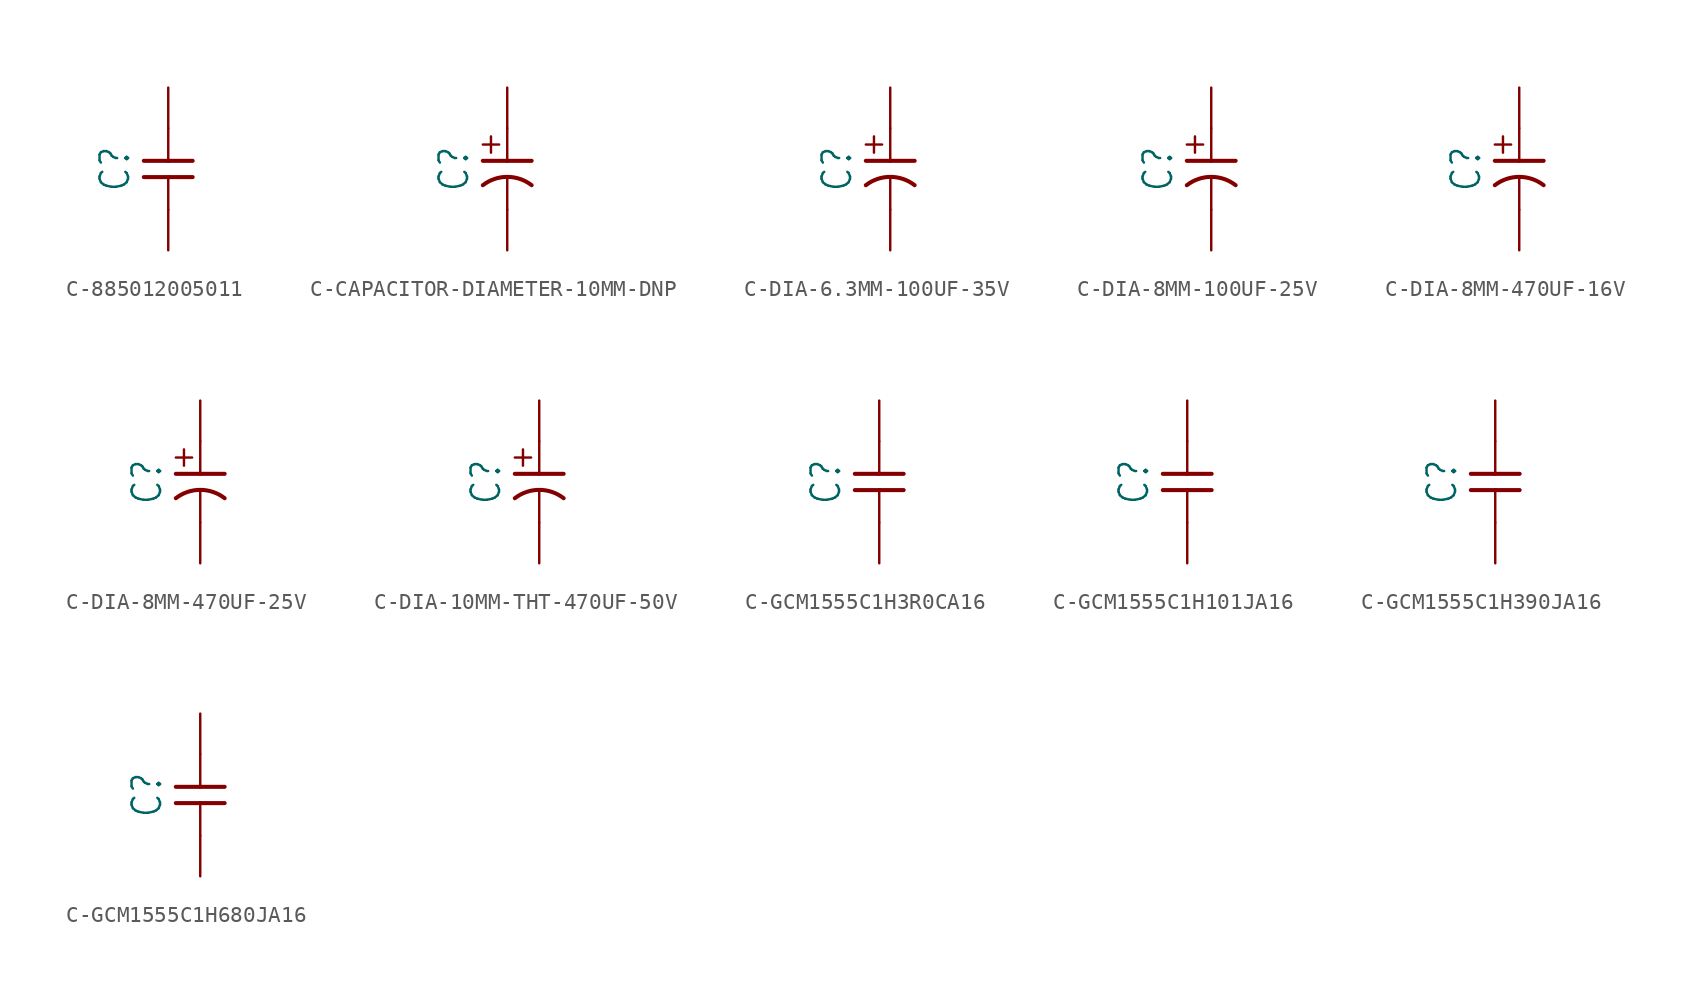
<source format=kicad_sym>
(kicad_symbol_lib
  (version 20231120)
  (generator "kicad_symbol_editor")
  (generator_version "8.0")
  (symbol "C-885012005011"
    (property "Reference" "C"
      (at -2.286 0 90)
      (effects (font (size 1.778 1.511)) (justify bottom)))
    (property "Value" ""
      (at 2.286 0 90)
      (effects (font (size 1.778 1.511)) (justify top)))
    (property "ki_locked" ""
      (at 0 0 0)
      (effects (font (size 1.27 1.27))))
    (symbol "C-885012005011_1_0"
      (polyline (pts (xy -1.524 0.508) (xy 0 0.508)) (stroke (width 0.254) (type solid)) (fill (type none)))
      (polyline (pts (xy 0 -2.54) (xy 0 -0.508)) (stroke (width 0.152) (type solid)) (fill (type none)))
      (polyline (pts (xy 0 -0.508) (xy -1.524 -0.508)) (stroke (width 0.254) (type solid)) (fill (type none)))
      (polyline (pts (xy 0 0.508) (xy 0 2.54)) (stroke (width 0.152) (type solid)) (fill (type none)))
      (polyline (pts (xy 0 0.508) (xy 1.524 0.508)) (stroke (width 0.254) (type solid)) (fill (type none)))
      (polyline (pts (xy 1.524 -0.508) (xy 0 -0.508)) (stroke (width 0.254) (type solid)) (fill (type none)))
      (pin passive line (at 0 5.08 270) (length 2.54) (name "1" (effects (font (size 0 0)))) (number "1" (effects (font (size 0 0)))))
      (pin passive line (at 0 -5.08 90) (length 2.54) (name "2" (effects (font (size 0 0)))) (number "2" (effects (font (size 0 0)))))))
  (symbol "C-CAPACITOR-DIAMETER-10MM-DNP"
    (property "Reference" "C"
      (at -2.286 0 90)
      (effects (font (size 1.778 1.511)) (justify bottom)))
    (property "Value" ""
      (at 2.286 0 90)
      (effects (font (size 1.778 1.511)) (justify top)))
    (property "ki_locked" ""
      (at 0 0 0)
      (effects (font (size 1.27 1.27))))
    (symbol "C-CAPACITOR-DIAMETER-10MM-DNP_1_0"
      (polyline (pts (xy -1.524 0.508) (xy 0 0.508)) (stroke (width 0.254) (type solid)) (fill (type none)))
      (polyline (pts (xy -1.524 1.524) (xy -0.508 1.524)) (stroke (width 0.152) (type solid)) (fill (type none)))
      (polyline (pts (xy -1.016 1.016) (xy -1.016 2.032)) (stroke (width 0.152) (type solid)) (fill (type none)))
      (polyline (pts (xy 0 -2.54) (xy 0 -0.508)) (stroke (width 0.152) (type solid)) (fill (type none)))
      (polyline (pts (xy 0 0.508) (xy 0 2.54)) (stroke (width 0.152) (type solid)) (fill (type none)))
      (polyline (pts (xy 0 0.508) (xy 1.524 0.508)) (stroke (width 0.254) (type solid)) (fill (type none)))
      (arc (start 1.5239 -1.0159) (mid -0.0001 -0.495) (end -1.524 -1.016) (stroke (width 0.254) (type solid)) (fill (type none)))
      (pin passive line (at 0 5.08 270) (length 2.54) (name "A" (effects (font (size 0 0)))) (number "A" (effects (font (size 0 0)))))
      (pin passive line (at 0 -5.08 90) (length 2.54) (name "C" (effects (font (size 0 0)))) (number "C" (effects (font (size 0 0)))))))
  (symbol "C-DIA-6.3MM-100UF-35V"
    (property "Reference" "C"
      (at -2.286 0 90)
      (effects (font (size 1.778 1.511)) (justify bottom)))
    (property "Value" ""
      (at 2.286 0 90)
      (effects (font (size 1.778 1.511)) (justify top)))
    (property "ki_locked" ""
      (at 0 0 0)
      (effects (font (size 1.27 1.27))))
    (symbol "C-DIA-6.3MM-100UF-35V_1_0"
      (polyline (pts (xy -1.524 0.508) (xy 0 0.508)) (stroke (width 0.254) (type solid)) (fill (type none)))
      (polyline (pts (xy -1.524 1.524) (xy -0.508 1.524)) (stroke (width 0.152) (type solid)) (fill (type none)))
      (polyline (pts (xy -1.016 1.016) (xy -1.016 2.032)) (stroke (width 0.152) (type solid)) (fill (type none)))
      (polyline (pts (xy 0 -2.54) (xy 0 -0.508)) (stroke (width 0.152) (type solid)) (fill (type none)))
      (polyline (pts (xy 0 0.508) (xy 0 2.54)) (stroke (width 0.152) (type solid)) (fill (type none)))
      (polyline (pts (xy 0 0.508) (xy 1.524 0.508)) (stroke (width 0.254) (type solid)) (fill (type none)))
      (arc (start 1.5239 -1.0159) (mid -0.0001 -0.495) (end -1.524 -1.016) (stroke (width 0.254) (type solid)) (fill (type none)))
      (pin passive line (at 0 5.08 270) (length 2.54) (name "A" (effects (font (size 0 0)))) (number "A" (effects (font (size 0 0)))))
      (pin passive line (at 0 -5.08 90) (length 2.54) (name "C" (effects (font (size 0 0)))) (number "C" (effects (font (size 0 0)))))))
  (symbol "C-DIA-8MM-100UF-25V"
    (property "Reference" "C"
      (at -2.286 0 90)
      (effects (font (size 1.778 1.511)) (justify bottom)))
    (property "Value" ""
      (at 2.286 0 90)
      (effects (font (size 1.778 1.511)) (justify top)))
    (property "ki_locked" ""
      (at 0 0 0)
      (effects (font (size 1.27 1.27))))
    (symbol "C-DIA-8MM-100UF-25V_1_0"
      (polyline (pts (xy -1.524 0.508) (xy 0 0.508)) (stroke (width 0.254) (type solid)) (fill (type none)))
      (polyline (pts (xy -1.524 1.524) (xy -0.508 1.524)) (stroke (width 0.152) (type solid)) (fill (type none)))
      (polyline (pts (xy -1.016 1.016) (xy -1.016 2.032)) (stroke (width 0.152) (type solid)) (fill (type none)))
      (polyline (pts (xy 0 -2.54) (xy 0 -0.508)) (stroke (width 0.152) (type solid)) (fill (type none)))
      (polyline (pts (xy 0 0.508) (xy 0 2.54)) (stroke (width 0.152) (type solid)) (fill (type none)))
      (polyline (pts (xy 0 0.508) (xy 1.524 0.508)) (stroke (width 0.254) (type solid)) (fill (type none)))
      (arc (start 1.5239 -1.0159) (mid -0.0001 -0.495) (end -1.524 -1.016) (stroke (width 0.254) (type solid)) (fill (type none)))
      (pin passive line (at 0 5.08 270) (length 2.54) (name "A" (effects (font (size 0 0)))) (number "A" (effects (font (size 0 0)))))
      (pin passive line (at 0 -5.08 90) (length 2.54) (name "C" (effects (font (size 0 0)))) (number "C" (effects (font (size 0 0)))))))
  (symbol "C-DIA-8MM-470UF-16V"
    (property "Reference" "C"
      (at -2.286 0 90)
      (effects (font (size 1.778 1.511)) (justify bottom)))
    (property "Value" ""
      (at 2.286 0 90)
      (effects (font (size 1.778 1.511)) (justify top)))
    (property "ki_locked" ""
      (at 0 0 0)
      (effects (font (size 1.27 1.27))))
    (symbol "C-DIA-8MM-470UF-16V_1_0"
      (polyline (pts (xy -1.524 0.508) (xy 0 0.508)) (stroke (width 0.254) (type solid)) (fill (type none)))
      (polyline (pts (xy -1.524 1.524) (xy -0.508 1.524)) (stroke (width 0.152) (type solid)) (fill (type none)))
      (polyline (pts (xy -1.016 1.016) (xy -1.016 2.032)) (stroke (width 0.152) (type solid)) (fill (type none)))
      (polyline (pts (xy 0 -2.54) (xy 0 -0.508)) (stroke (width 0.152) (type solid)) (fill (type none)))
      (polyline (pts (xy 0 0.508) (xy 0 2.54)) (stroke (width 0.152) (type solid)) (fill (type none)))
      (polyline (pts (xy 0 0.508) (xy 1.524 0.508)) (stroke (width 0.254) (type solid)) (fill (type none)))
      (arc (start 1.5239 -1.0159) (mid -0.0001 -0.495) (end -1.524 -1.016) (stroke (width 0.254) (type solid)) (fill (type none)))
      (pin passive line (at 0 5.08 270) (length 2.54) (name "A" (effects (font (size 0 0)))) (number "A" (effects (font (size 0 0)))))
      (pin passive line (at 0 -5.08 90) (length 2.54) (name "C" (effects (font (size 0 0)))) (number "C" (effects (font (size 0 0)))))))
  (symbol "C-DIA-8MM-470UF-25V"
    (property "Reference" "C"
      (at -2.286 0 90)
      (effects (font (size 1.778 1.511)) (justify bottom)))
    (property "Value" ""
      (at 2.286 0 90)
      (effects (font (size 1.778 1.511)) (justify top)))
    (property "ki_locked" ""
      (at 0 0 0)
      (effects (font (size 1.27 1.27))))
    (symbol "C-DIA-8MM-470UF-25V_1_0"
      (polyline (pts (xy -1.524 0.508) (xy 0 0.508)) (stroke (width 0.254) (type solid)) (fill (type none)))
      (polyline (pts (xy -1.524 1.524) (xy -0.508 1.524)) (stroke (width 0.152) (type solid)) (fill (type none)))
      (polyline (pts (xy -1.016 1.016) (xy -1.016 2.032)) (stroke (width 0.152) (type solid)) (fill (type none)))
      (polyline (pts (xy 0 -2.54) (xy 0 -0.508)) (stroke (width 0.152) (type solid)) (fill (type none)))
      (polyline (pts (xy 0 0.508) (xy 0 2.54)) (stroke (width 0.152) (type solid)) (fill (type none)))
      (polyline (pts (xy 0 0.508) (xy 1.524 0.508)) (stroke (width 0.254) (type solid)) (fill (type none)))
      (arc (start 1.5239 -1.0159) (mid -0.0001 -0.495) (end -1.524 -1.016) (stroke (width 0.254) (type solid)) (fill (type none)))
      (pin passive line (at 0 5.08 270) (length 2.54) (name "A" (effects (font (size 0 0)))) (number "A" (effects (font (size 0 0)))))
      (pin passive line (at 0 -5.08 90) (length 2.54) (name "C" (effects (font (size 0 0)))) (number "C" (effects (font (size 0 0)))))))
  (symbol "C-DIA-10MM-THT-470UF-50V"
    (property "Reference" "C"
      (at -2.286 0 90)
      (effects (font (size 1.778 1.511)) (justify bottom)))
    (property "Value" ""
      (at 2.286 0 90)
      (effects (font (size 1.778 1.511)) (justify top)))
    (property "ki_locked" ""
      (at 0 0 0)
      (effects (font (size 1.27 1.27))))
    (symbol "C-DIA-10MM-THT-470UF-50V_1_0"
      (polyline (pts (xy -1.524 0.508) (xy 0 0.508)) (stroke (width 0.254) (type solid)) (fill (type none)))
      (polyline (pts (xy -1.524 1.524) (xy -0.508 1.524)) (stroke (width 0.152) (type solid)) (fill (type none)))
      (polyline (pts (xy -1.016 1.016) (xy -1.016 2.032)) (stroke (width 0.152) (type solid)) (fill (type none)))
      (polyline (pts (xy 0 -2.54) (xy 0 -0.508)) (stroke (width 0.152) (type solid)) (fill (type none)))
      (polyline (pts (xy 0 0.508) (xy 0 2.54)) (stroke (width 0.152) (type solid)) (fill (type none)))
      (polyline (pts (xy 0 0.508) (xy 1.524 0.508)) (stroke (width 0.254) (type solid)) (fill (type none)))
      (arc (start 1.5239 -1.0159) (mid -0.0001 -0.495) (end -1.524 -1.016) (stroke (width 0.254) (type solid)) (fill (type none)))
      (pin passive line (at 0 5.08 270) (length 2.54) (name "A" (effects (font (size 0 0)))) (number "A" (effects (font (size 0 0)))))
      (pin passive line (at 0 -5.08 90) (length 2.54) (name "C" (effects (font (size 0 0)))) (number "C" (effects (font (size 0 0)))))))
  (symbol "C-GCM1555C1H3R0CA16"
    (property "Reference" "C"
      (at -2.286 0 90)
      (effects (font (size 1.778 1.511)) (justify bottom)))
    (property "Value" ""
      (at 2.286 0 90)
      (effects (font (size 1.778 1.511)) (justify top)))
    (property "ki_locked" ""
      (at 0 0 0)
      (effects (font (size 1.27 1.27))))
    (symbol "C-GCM1555C1H3R0CA16_1_0"
      (polyline (pts (xy -1.524 0.508) (xy 0 0.508)) (stroke (width 0.254) (type solid)) (fill (type none)))
      (polyline (pts (xy 0 -2.54) (xy 0 -0.508)) (stroke (width 0.152) (type solid)) (fill (type none)))
      (polyline (pts (xy 0 -0.508) (xy -1.524 -0.508)) (stroke (width 0.254) (type solid)) (fill (type none)))
      (polyline (pts (xy 0 0.508) (xy 0 2.54)) (stroke (width 0.152) (type solid)) (fill (type none)))
      (polyline (pts (xy 0 0.508) (xy 1.524 0.508)) (stroke (width 0.254) (type solid)) (fill (type none)))
      (polyline (pts (xy 1.524 -0.508) (xy 0 -0.508)) (stroke (width 0.254) (type solid)) (fill (type none)))
      (pin passive line (at 0 5.08 270) (length 2.54) (name "1" (effects (font (size 0 0)))) (number "1" (effects (font (size 0 0)))))
      (pin passive line (at 0 -5.08 90) (length 2.54) (name "2" (effects (font (size 0 0)))) (number "2" (effects (font (size 0 0)))))))
  (symbol "C-GCM1555C1H101JA16"
    (property "Reference" "C"
      (at -2.286 0 90)
      (effects (font (size 1.778 1.511)) (justify bottom)))
    (property "Value" ""
      (at 2.286 0 90)
      (effects (font (size 1.778 1.511)) (justify top)))
    (property "ki_locked" ""
      (at 0 0 0)
      (effects (font (size 1.27 1.27))))
    (symbol "C-GCM1555C1H101JA16_1_0"
      (polyline (pts (xy -1.524 0.508) (xy 0 0.508)) (stroke (width 0.254) (type solid)) (fill (type none)))
      (polyline (pts (xy 0 -2.54) (xy 0 -0.508)) (stroke (width 0.152) (type solid)) (fill (type none)))
      (polyline (pts (xy 0 -0.508) (xy -1.524 -0.508)) (stroke (width 0.254) (type solid)) (fill (type none)))
      (polyline (pts (xy 0 0.508) (xy 0 2.54)) (stroke (width 0.152) (type solid)) (fill (type none)))
      (polyline (pts (xy 0 0.508) (xy 1.524 0.508)) (stroke (width 0.254) (type solid)) (fill (type none)))
      (polyline (pts (xy 1.524 -0.508) (xy 0 -0.508)) (stroke (width 0.254) (type solid)) (fill (type none)))
      (pin passive line (at 0 5.08 270) (length 2.54) (name "1" (effects (font (size 0 0)))) (number "1" (effects (font (size 0 0)))))
      (pin passive line (at 0 -5.08 90) (length 2.54) (name "2" (effects (font (size 0 0)))) (number "2" (effects (font (size 0 0)))))))
  (symbol "C-GCM1555C1H390JA16"
    (property "Reference" "C"
      (at -2.286 0 90)
      (effects (font (size 1.778 1.511)) (justify bottom)))
    (property "Value" ""
      (at 2.286 0 90)
      (effects (font (size 1.778 1.511)) (justify top)))
    (property "ki_locked" ""
      (at 0 0 0)
      (effects (font (size 1.27 1.27))))
    (symbol "C-GCM1555C1H390JA16_1_0"
      (polyline (pts (xy -1.524 0.508) (xy 0 0.508)) (stroke (width 0.254) (type solid)) (fill (type none)))
      (polyline (pts (xy 0 -2.54) (xy 0 -0.508)) (stroke (width 0.152) (type solid)) (fill (type none)))
      (polyline (pts (xy 0 -0.508) (xy -1.524 -0.508)) (stroke (width 0.254) (type solid)) (fill (type none)))
      (polyline (pts (xy 0 0.508) (xy 0 2.54)) (stroke (width 0.152) (type solid)) (fill (type none)))
      (polyline (pts (xy 0 0.508) (xy 1.524 0.508)) (stroke (width 0.254) (type solid)) (fill (type none)))
      (polyline (pts (xy 1.524 -0.508) (xy 0 -0.508)) (stroke (width 0.254) (type solid)) (fill (type none)))
      (pin passive line (at 0 5.08 270) (length 2.54) (name "1" (effects (font (size 0 0)))) (number "1" (effects (font (size 0 0)))))
      (pin passive line (at 0 -5.08 90) (length 2.54) (name "2" (effects (font (size 0 0)))) (number "2" (effects (font (size 0 0)))))))
  (symbol "C-GCM1555C1H680JA16"
    (property "Reference" "C"
      (at -2.286 0 90)
      (effects (font (size 1.778 1.511)) (justify bottom)))
    (property "Value" ""
      (at 2.286 0 90)
      (effects (font (size 1.778 1.511)) (justify top)))
    (property "ki_locked" ""
      (at 0 0 0)
      (effects (font (size 1.27 1.27))))
    (symbol "C-GCM1555C1H680JA16_1_0"
      (polyline (pts (xy -1.524 0.508) (xy 0 0.508)) (stroke (width 0.254) (type solid)) (fill (type none)))
      (polyline (pts (xy 0 -2.54) (xy 0 -0.508)) (stroke (width 0.152) (type solid)) (fill (type none)))
      (polyline (pts (xy 0 -0.508) (xy -1.524 -0.508)) (stroke (width 0.254) (type solid)) (fill (type none)))
      (polyline (pts (xy 0 0.508) (xy 0 2.54)) (stroke (width 0.152) (type solid)) (fill (type none)))
      (polyline (pts (xy 0 0.508) (xy 1.524 0.508)) (stroke (width 0.254) (type solid)) (fill (type none)))
      (polyline (pts (xy 1.524 -0.508) (xy 0 -0.508)) (stroke (width 0.254) (type solid)) (fill (type none)))
      (pin passive line (at 0 5.08 270) (length 2.54) (name "1" (effects (font (size 0 0)))) (number "1" (effects (font (size 0 0)))))
      (pin passive line (at 0 -5.08 90) (length 2.54) (name "2" (effects (font (size 0 0)))) (number "2" (effects (font (size 0 0))))))))
</source>
